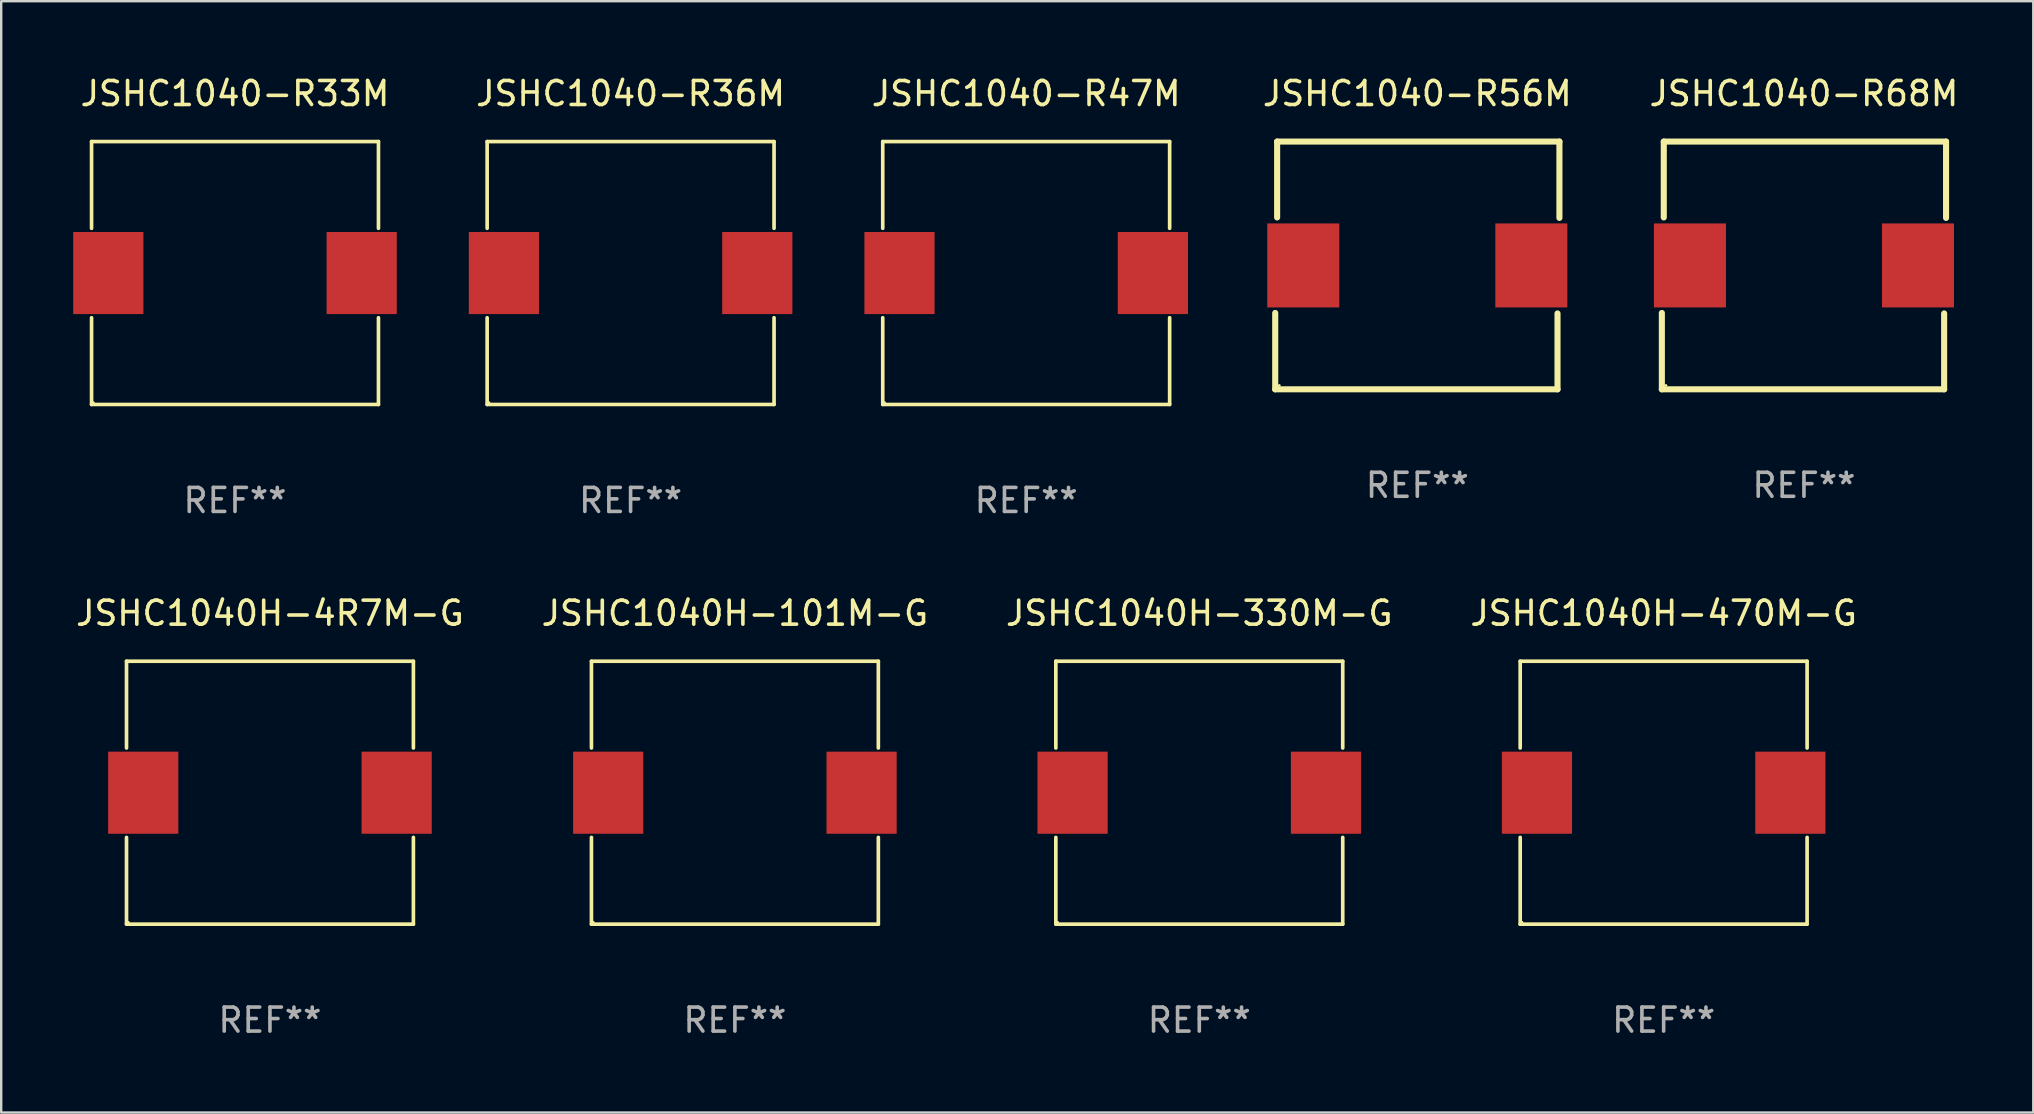
<source format=kicad_pcb>
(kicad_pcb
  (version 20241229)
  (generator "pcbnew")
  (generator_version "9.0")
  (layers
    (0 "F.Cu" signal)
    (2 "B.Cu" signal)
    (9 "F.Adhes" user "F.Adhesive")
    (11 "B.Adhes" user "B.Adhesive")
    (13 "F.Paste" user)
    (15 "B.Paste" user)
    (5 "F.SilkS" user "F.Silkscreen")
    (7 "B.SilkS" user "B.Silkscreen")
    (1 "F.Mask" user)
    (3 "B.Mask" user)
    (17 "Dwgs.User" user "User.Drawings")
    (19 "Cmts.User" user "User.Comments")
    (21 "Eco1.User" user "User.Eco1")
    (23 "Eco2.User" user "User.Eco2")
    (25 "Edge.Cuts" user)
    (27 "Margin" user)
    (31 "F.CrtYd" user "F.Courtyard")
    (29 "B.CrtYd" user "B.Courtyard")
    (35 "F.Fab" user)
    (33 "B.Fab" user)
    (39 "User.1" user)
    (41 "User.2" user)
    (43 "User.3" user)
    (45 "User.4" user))
  (footprint "JSHC1040H-101M-G"
    (layer "F.Cu")
    (at 27.565 29.973)
    (property "Reference" "JSHC1040H-101M-G" (at 0 -7.476 0) (layer "F.SilkS") (effects (font (size 1 1) (thickness 0.15))))
    (attr through_hole)
    (fp_line (start -5.976 -5.476) (end 5.976 -5.476) (stroke (width 0.152) (type solid)) (layer "F.SilkS"))
    (fp_line (start -5.976 -1.862) (end -5.976 -5.476) (stroke (width 0.152) (type solid)) (layer "F.SilkS"))
    (fp_line (start -5.976 1.862) (end -5.976 5.476) (stroke (width 0.152) (type solid)) (layer "F.SilkS"))
    (fp_line (start -5.976 5.476) (end 5.976 5.476) (stroke (width 0.152) (type solid)) (layer "F.SilkS"))
    (fp_line (start 5.976 -5.476) (end 5.976 -1.862) (stroke (width 0.152) (type solid)) (layer "F.SilkS"))
    (fp_line (start 5.976 5.476) (end 5.976 1.862) (stroke (width 0.152) (type solid)) (layer "F.SilkS"))
    (fp_circle (center -5.9 5.4) (end -5.87 5.4) (stroke (width 0.06) (type solid)) (fill no) (layer "F.SilkS"))
    (fp_text user "REF**" (at 0 9.476 0) (layer "F.Fab") (effects (font (size 1 1) (thickness 0.15))))
    (pad "1" smd rect (at 5.278 0) (size 2.924 3.42) (layers "F.Cu" "F.Mask" "F.Paste"))
    (pad "2" smd rect (at -5.278 0) (size 2.924 3.42) (layers "F.Cu" "F.Mask" "F.Paste")))
  (footprint "JSHC1040H-4R7M-G"
    (layer "F.Cu")
    (at 8.196 29.973)
    (property "Reference" "JSHC1040H-4R7M-G" (at 0 -7.476 0) (layer "F.SilkS") (effects (font (size 1 1) (thickness 0.15))))
    (attr through_hole)
    (fp_line (start -5.976 -5.476) (end 5.976 -5.476) (stroke (width 0.152) (type solid)) (layer "F.SilkS"))
    (fp_line (start -5.976 -1.862) (end -5.976 -5.476) (stroke (width 0.152) (type solid)) (layer "F.SilkS"))
    (fp_line (start -5.976 1.862) (end -5.976 5.476) (stroke (width 0.152) (type solid)) (layer "F.SilkS"))
    (fp_line (start -5.976 5.476) (end 5.976 5.476) (stroke (width 0.152) (type solid)) (layer "F.SilkS"))
    (fp_line (start 5.976 -5.476) (end 5.976 -1.862) (stroke (width 0.152) (type solid)) (layer "F.SilkS"))
    (fp_line (start 5.976 5.476) (end 5.976 1.862) (stroke (width 0.152) (type solid)) (layer "F.SilkS"))
    (fp_circle (center -5.9 5.4) (end -5.87 5.4) (stroke (width 0.06) (type solid)) (fill no) (layer "F.SilkS"))
    (fp_text user "REF**" (at 0 9.476 0) (layer "F.Fab") (effects (font (size 1 1) (thickness 0.15))))
    (pad "1" smd rect (at 5.278 0) (size 2.924 3.42) (layers "F.Cu" "F.Mask" "F.Paste"))
    (pad "2" smd rect (at -5.278 0) (size 2.924 3.42) (layers "F.Cu" "F.Mask" "F.Paste")))
  (footprint "JSHC1040-R33M"
    (layer "F.Cu")
    (at 6.74 8.324)
    (property "Reference" "JSHC1040-R33M" (at 0 -7.476 0) (layer "F.SilkS") (effects (font (size 1 1) (thickness 0.15))))
    (attr through_hole)
    (fp_line (start -5.976 -5.476) (end 5.976 -5.476) (stroke (width 0.152) (type solid)) (layer "F.SilkS"))
    (fp_line (start -5.976 -1.862) (end -5.976 -5.476) (stroke (width 0.152) (type solid)) (layer "F.SilkS"))
    (fp_line (start -5.976 1.862) (end -5.976 5.476) (stroke (width 0.152) (type solid)) (layer "F.SilkS"))
    (fp_line (start -5.976 5.476) (end 5.976 5.476) (stroke (width 0.152) (type solid)) (layer "F.SilkS"))
    (fp_line (start 5.976 -5.476) (end 5.976 -1.862) (stroke (width 0.152) (type solid)) (layer "F.SilkS"))
    (fp_line (start 5.976 5.476) (end 5.976 1.862) (stroke (width 0.152) (type solid)) (layer "F.SilkS"))
    (fp_circle (center -5.9 5.4) (end -5.87 5.4) (stroke (width 0.06) (type solid)) (fill no) (layer "F.SilkS"))
    (fp_text user "REF**" (at 0 9.476 0) (layer "F.Fab") (effects (font (size 1 1) (thickness 0.15))))
    (pad "1" smd rect (at 5.278 0) (size 2.924 3.42) (layers "F.Cu" "F.Mask" "F.Paste"))
    (pad "2" smd rect (at -5.278 0) (size 2.924 3.42) (layers "F.Cu" "F.Mask" "F.Paste")))
  (footprint "JSHC1040-R68M"
    (layer "F.Cu")
    (at 72.101 8.008)
    (property "Reference" "JSHC1040-R68M" (at 0 -7.16 0) (layer "F.SilkS") (effects (font (size 1 1) (thickness 0.15))))
    (attr through_hole)
    (fp_line (start -5.92 5.16) (end -5.92 1.98) (stroke (width 0.254) (type solid)) (layer "F.SilkS"))
    (fp_line (start -5.84 -5.16) (end 5.92 -5.16) (stroke (width 0.254) (type solid)) (layer "F.SilkS"))
    (fp_line (start -5.84 -2) (end -5.84 -5.16) (stroke (width 0.254) (type solid)) (layer "F.SilkS"))
    (fp_line (start 5.84 2) (end 5.84 5.16) (stroke (width 0.254) (type solid)) (layer "F.SilkS"))
    (fp_line (start 5.84 5.16) (end -5.92 5.16) (stroke (width 0.254) (type solid)) (layer "F.SilkS"))
    (fp_line (start 5.92 -5.16) (end 5.92 -1.98) (stroke (width 0.254) (type solid)) (layer "F.SilkS"))
    (fp_circle (center -5.75 5) (end -5.72 5) (stroke (width 0.06) (type solid)) (fill no) (layer "F.SilkS"))
    (fp_text user "REF**" (at 0 9.16 0) (layer "F.Fab") (effects (font (size 1 1) (thickness 0.15))))
    (pad "1" smd rect (at -4.75 0) (size 3 3.5) (layers "F.Cu" "F.Mask" "F.Paste"))
    (pad "2" smd rect (at 4.75 0) (size 3 3.5) (layers "F.Cu" "F.Mask" "F.Paste")))
  (footprint "JSHC1040H-330M-G"
    (layer "F.Cu")
    (at 46.911 29.973)
    (property "Reference" "JSHC1040H-330M-G" (at 0 -7.476 0) (layer "F.SilkS") (effects (font (size 1 1) (thickness 0.15))))
    (attr through_hole)
    (fp_line (start -5.976 -5.476) (end 5.976 -5.476) (stroke (width 0.152) (type solid)) (layer "F.SilkS"))
    (fp_line (start -5.976 -1.862) (end -5.976 -5.476) (stroke (width 0.152) (type solid)) (layer "F.SilkS"))
    (fp_line (start -5.976 1.862) (end -5.976 5.476) (stroke (width 0.152) (type solid)) (layer "F.SilkS"))
    (fp_line (start -5.976 5.476) (end 5.976 5.476) (stroke (width 0.152) (type solid)) (layer "F.SilkS"))
    (fp_line (start 5.976 -5.476) (end 5.976 -1.862) (stroke (width 0.152) (type solid)) (layer "F.SilkS"))
    (fp_line (start 5.976 5.476) (end 5.976 1.862) (stroke (width 0.152) (type solid)) (layer "F.SilkS"))
    (fp_circle (center -5.9 5.4) (end -5.87 5.4) (stroke (width 0.06) (type solid)) (fill no) (layer "F.SilkS"))
    (fp_text user "REF**" (at 0 9.476 0) (layer "F.Fab") (effects (font (size 1 1) (thickness 0.15))))
    (pad "1" smd rect (at 5.278 0) (size 2.924 3.42) (layers "F.Cu" "F.Mask" "F.Paste"))
    (pad "2" smd rect (at -5.278 0) (size 2.924 3.42) (layers "F.Cu" "F.Mask" "F.Paste")))
  (footprint "JSHC1040-R36M"
    (layer "F.Cu")
    (at 23.22 8.324)
    (property "Reference" "JSHC1040-R36M" (at 0 -7.476 0) (layer "F.SilkS") (effects (font (size 1 1) (thickness 0.15))))
    (attr through_hole)
    (fp_line (start -5.976 -5.476) (end 5.976 -5.476) (stroke (width 0.152) (type solid)) (layer "F.SilkS"))
    (fp_line (start -5.976 -1.862) (end -5.976 -5.476) (stroke (width 0.152) (type solid)) (layer "F.SilkS"))
    (fp_line (start -5.976 1.862) (end -5.976 5.476) (stroke (width 0.152) (type solid)) (layer "F.SilkS"))
    (fp_line (start -5.976 5.476) (end 5.976 5.476) (stroke (width 0.152) (type solid)) (layer "F.SilkS"))
    (fp_line (start 5.976 -5.476) (end 5.976 -1.862) (stroke (width 0.152) (type solid)) (layer "F.SilkS"))
    (fp_line (start 5.976 5.476) (end 5.976 1.862) (stroke (width 0.152) (type solid)) (layer "F.SilkS"))
    (fp_circle (center -5.9 5.4) (end -5.87 5.4) (stroke (width 0.06) (type solid)) (fill no) (layer "F.SilkS"))
    (fp_text user "REF**" (at 0 9.476 0) (layer "F.Fab") (effects (font (size 1 1) (thickness 0.15))))
    (pad "1" smd rect (at 5.278 0) (size 2.924 3.42) (layers "F.Cu" "F.Mask" "F.Paste"))
    (pad "2" smd rect (at -5.278 0) (size 2.924 3.42) (layers "F.Cu" "F.Mask" "F.Paste")))
  (footprint "JSHC1040-R47M"
    (layer "F.Cu")
    (at 39.7 8.324)
    (property "Reference" "JSHC1040-R47M" (at 0 -7.476 0) (layer "F.SilkS") (effects (font (size 1 1) (thickness 0.15))))
    (attr through_hole)
    (fp_line (start -5.976 -5.476) (end 5.976 -5.476) (stroke (width 0.152) (type solid)) (layer "F.SilkS"))
    (fp_line (start -5.976 -1.862) (end -5.976 -5.476) (stroke (width 0.152) (type solid)) (layer "F.SilkS"))
    (fp_line (start -5.976 1.862) (end -5.976 5.476) (stroke (width 0.152) (type solid)) (layer "F.SilkS"))
    (fp_line (start -5.976 5.476) (end 5.976 5.476) (stroke (width 0.152) (type solid)) (layer "F.SilkS"))
    (fp_line (start 5.976 -5.476) (end 5.976 -1.862) (stroke (width 0.152) (type solid)) (layer "F.SilkS"))
    (fp_line (start 5.976 5.476) (end 5.976 1.862) (stroke (width 0.152) (type solid)) (layer "F.SilkS"))
    (fp_circle (center -5.9 5.4) (end -5.87 5.4) (stroke (width 0.06) (type solid)) (fill no) (layer "F.SilkS"))
    (fp_text user "REF**" (at 0 9.476 0) (layer "F.Fab") (effects (font (size 1 1) (thickness 0.15))))
    (pad "1" smd rect (at 5.278 0) (size 2.924 3.42) (layers "F.Cu" "F.Mask" "F.Paste"))
    (pad "2" smd rect (at -5.278 0) (size 2.924 3.42) (layers "F.Cu" "F.Mask" "F.Paste")))
  (footprint "JSHC1040-R56M"
    (layer "F.Cu")
    (at 55.994 8.008)
    (property "Reference" "JSHC1040-R56M" (at 0 -7.16 0) (layer "F.SilkS") (effects (font (size 1 1) (thickness 0.15))))
    (attr through_hole)
    (fp_line (start -5.92 5.16) (end -5.92 1.98) (stroke (width 0.254) (type solid)) (layer "F.SilkS"))
    (fp_line (start -5.84 -5.16) (end 5.92 -5.16) (stroke (width 0.254) (type solid)) (layer "F.SilkS"))
    (fp_line (start -5.84 -2) (end -5.84 -5.16) (stroke (width 0.254) (type solid)) (layer "F.SilkS"))
    (fp_line (start 5.84 2) (end 5.84 5.16) (stroke (width 0.254) (type solid)) (layer "F.SilkS"))
    (fp_line (start 5.84 5.16) (end -5.92 5.16) (stroke (width 0.254) (type solid)) (layer "F.SilkS"))
    (fp_line (start 5.92 -5.16) (end 5.92 -1.98) (stroke (width 0.254) (type solid)) (layer "F.SilkS"))
    (fp_circle (center -5.75 5) (end -5.72 5) (stroke (width 0.06) (type solid)) (fill no) (layer "F.SilkS"))
    (fp_text user "REF**" (at 0 9.16 0) (layer "F.Fab") (effects (font (size 1 1) (thickness 0.15))))
    (pad "1" smd rect (at -4.75 0) (size 3 3.5) (layers "F.Cu" "F.Mask" "F.Paste"))
    (pad "2" smd rect (at 4.75 0) (size 3 3.5) (layers "F.Cu" "F.Mask" "F.Paste")))
  (footprint "JSHC1040H-470M-G"
    (layer "F.Cu")
    (at 66.256 29.973)
    (property "Reference" "JSHC1040H-470M-G" (at 0 -7.476 0) (layer "F.SilkS") (effects (font (size 1 1) (thickness 0.15))))
    (attr through_hole)
    (fp_line (start -5.976 -5.476) (end 5.976 -5.476) (stroke (width 0.152) (type solid)) (layer "F.SilkS"))
    (fp_line (start -5.976 -1.862) (end -5.976 -5.476) (stroke (width 0.152) (type solid)) (layer "F.SilkS"))
    (fp_line (start -5.976 1.862) (end -5.976 5.476) (stroke (width 0.152) (type solid)) (layer "F.SilkS"))
    (fp_line (start -5.976 5.476) (end 5.976 5.476) (stroke (width 0.152) (type solid)) (layer "F.SilkS"))
    (fp_line (start 5.976 -5.476) (end 5.976 -1.862) (stroke (width 0.152) (type solid)) (layer "F.SilkS"))
    (fp_line (start 5.976 5.476) (end 5.976 1.862) (stroke (width 0.152) (type solid)) (layer "F.SilkS"))
    (fp_circle (center -5.9 5.4) (end -5.87 5.4) (stroke (width 0.06) (type solid)) (fill no) (layer "F.SilkS"))
    (fp_text user "REF**" (at 0 9.476 0) (layer "F.Fab") (effects (font (size 1 1) (thickness 0.15))))
    (pad "1" smd rect (at 5.278 0) (size 2.924 3.42) (layers "F.Cu" "F.Mask" "F.Paste"))
    (pad "2" smd rect (at -5.278 0) (size 2.924 3.42) (layers "F.Cu" "F.Mask" "F.Paste")))
  (gr_rect
    (start -3 -3)
    (end 81.654 43.298)
    (stroke (width 0.1) (type default))
    (fill no)
    (layer "Edge.Cuts")))
</source>
